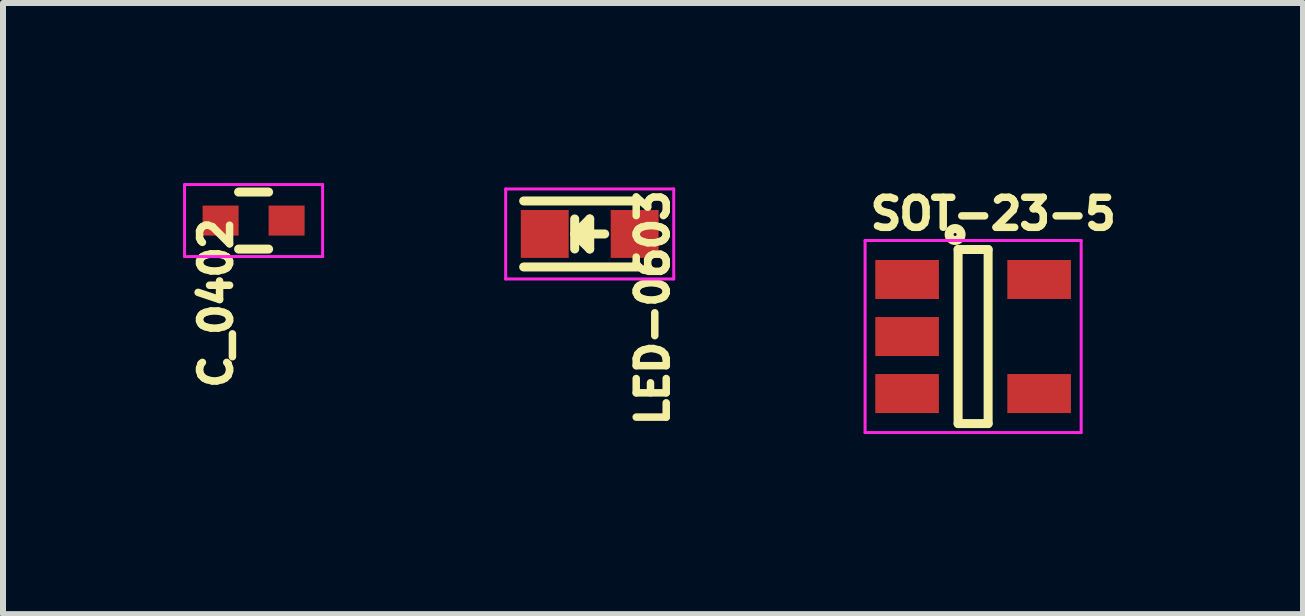
<source format=kicad_pcb>
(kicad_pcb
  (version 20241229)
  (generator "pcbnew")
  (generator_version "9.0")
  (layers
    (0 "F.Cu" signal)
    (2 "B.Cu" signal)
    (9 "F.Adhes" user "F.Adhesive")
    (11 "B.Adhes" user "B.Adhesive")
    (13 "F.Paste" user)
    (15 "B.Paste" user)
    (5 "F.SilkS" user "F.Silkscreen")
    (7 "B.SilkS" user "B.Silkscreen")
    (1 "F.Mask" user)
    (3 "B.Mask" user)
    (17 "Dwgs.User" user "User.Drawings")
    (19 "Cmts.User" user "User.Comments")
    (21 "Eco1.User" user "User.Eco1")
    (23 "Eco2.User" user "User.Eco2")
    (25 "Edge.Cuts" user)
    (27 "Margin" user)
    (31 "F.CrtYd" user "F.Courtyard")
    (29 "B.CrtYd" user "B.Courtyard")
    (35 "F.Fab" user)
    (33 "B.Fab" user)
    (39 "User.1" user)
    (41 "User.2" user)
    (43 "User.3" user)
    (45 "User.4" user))
  (footprint "C_0402"
    (layer "F.Cu")
    (at 1.175 0.625)
    (property "Reference" "C_0402" (at -0.625 1.375 90) (layer "F.SilkS") (effects (font (size 0.5 0.5) (thickness 0.125))))
    (attr smd)
    (fp_line (start -0.25 0.475) (end 0.25 0.475) (stroke (width 0.15) (type solid)) (layer "F.SilkS"))
    (fp_line (start 0.25 -0.475) (end -0.25 -0.475) (stroke (width 0.15) (type solid)) (layer "F.SilkS"))
    (fp_line (start -1.15 -0.6) (end -1.15 0.6) (stroke (width 0.05) (type solid)) (layer "F.CrtYd"))
    (fp_line (start -1.15 -0.6) (end 1.15 -0.6) (stroke (width 0.05) (type solid)) (layer "F.CrtYd"))
    (fp_line (start -1.15 0.6) (end 1.15 0.6) (stroke (width 0.05) (type solid)) (layer "F.CrtYd"))
    (fp_line (start 1.15 -0.6) (end 1.15 0.6) (stroke (width 0.05) (type solid)) (layer "F.CrtYd"))
    (pad "1" smd rect (at -0.55 0) (size 0.6 0.5) (layers "F.Cu" "F.Mask" "F.Paste"))
    (pad "2" smd rect (at 0.55 0) (size 0.6 0.5) (layers "F.Cu" "F.Mask" "F.Paste")))
  (footprint "LED-0603"
    (layer "F.Cu")
    (at 6.775 0.848)
    (property "Reference" "LED-0603" (at 1.05 1.23 90) (layer "F.SilkS") (effects (font (size 0.5 0.5) (thickness 0.125))))
    (attr smd)
    (fp_line (start -1.1 -0.55) (end 0.8 -0.55) (stroke (width 0.15) (type solid)) (layer "F.SilkS"))
    (fp_line (start -1.1 0.55) (end 0.8 0.55) (stroke (width 0.15) (type solid)) (layer "F.SilkS"))
    (fp_line (start -0.25 -0.25) (end -0.25 0.25) (stroke (width 0.15) (type solid)) (layer "F.SilkS"))
    (fp_line (start -0.25 0) (end 0 -0.25) (stroke (width 0.15) (type solid)) (layer "F.SilkS"))
    (fp_line (start -0.2 0) (end 0.25 0) (stroke (width 0.15) (type solid)) (layer "F.SilkS"))
    (fp_line (start 0 -0.25) (end 0 0.25) (stroke (width 0.15) (type solid)) (layer "F.SilkS"))
    (fp_line (start 0 0.25) (end -0.25 0) (stroke (width 0.15) (type solid)) (layer "F.SilkS"))
    (fp_line (start -1.4 -0.75) (end 1.4 -0.75) (stroke (width 0.05) (type solid)) (layer "F.CrtYd"))
    (fp_line (start -1.4 0.75) (end -1.4 -0.75) (stroke (width 0.05) (type solid)) (layer "F.CrtYd"))
    (fp_line (start 1.4 -0.75) (end 1.4 0.75) (stroke (width 0.05) (type solid)) (layer "F.CrtYd"))
    (fp_line (start 1.4 0.75) (end -1.4 0.75) (stroke (width 0.05) (type solid)) (layer "F.CrtYd"))
    (pad "1" smd rect (at -0.749 0 180) (size 0.798 0.798) (layers "F.Cu" "F.Mask" "F.Paste"))
    (pad "2" smd rect (at 0.749 0 180) (size 0.798 0.798) (layers "F.Cu" "F.Mask" "F.Paste")))
  (footprint "SOT-23-5"
    (layer "F.Cu")
    (at 13.163 2.557)
    (property "Reference" "SOT-23-5" (at 0.335 -2.045 0) (layer "F.SilkS") (effects (font (size 0.5 0.5) (thickness 0.125))))
    (attr smd)
    (fp_line (start -0.25 -1.45) (end -0.25 1.45) (stroke (width 0.15) (type solid)) (layer "F.SilkS"))
    (fp_line (start -0.25 1.45) (end 0.25 1.45) (stroke (width 0.15) (type solid)) (layer "F.SilkS"))
    (fp_line (start 0.25 -1.45) (end -0.25 -1.45) (stroke (width 0.15) (type solid)) (layer "F.SilkS"))
    (fp_line (start 0.25 1.45) (end 0.25 -1.45) (stroke (width 0.15) (type solid)) (layer "F.SilkS"))
    (fp_circle (center -0.3 -1.7) (end -0.2 -1.7) (stroke (width 0.15) (type solid)) (fill no) (layer "F.SilkS"))
    (fp_line (start -1.8 -1.6) (end 1.8 -1.6) (stroke (width 0.05) (type solid)) (layer "F.CrtYd"))
    (fp_line (start -1.8 1.6) (end -1.8 -1.6) (stroke (width 0.05) (type solid)) (layer "F.CrtYd"))
    (fp_line (start 1.8 -1.6) (end 1.8 1.6) (stroke (width 0.05) (type solid)) (layer "F.CrtYd"))
    (fp_line (start 1.8 1.6) (end -1.8 1.6) (stroke (width 0.05) (type solid)) (layer "F.CrtYd"))
    (pad "1" smd rect (at -1.1 -0.95) (size 1.06 0.65) (layers "F.Cu" "F.Mask" "F.Paste"))
    (pad "2" smd rect (at -1.1 0) (size 1.06 0.65) (layers "F.Cu" "F.Mask" "F.Paste"))
    (pad "3" smd rect (at -1.1 0.95) (size 1.06 0.65) (layers "F.Cu" "F.Mask" "F.Paste"))
    (pad "4" smd rect (at 1.1 0.95) (size 1.06 0.65) (layers "F.Cu" "F.Mask" "F.Paste"))
    (pad "5" smd rect (at 1.1 -0.95) (size 1.06 0.65) (layers "F.Cu" "F.Mask" "F.Paste")))
  (gr_rect
    (start -3 -3)
    (end 18.659 7.182)
    (stroke (width 0.1) (type default))
    (fill no)
    (layer "Edge.Cuts")))
</source>
